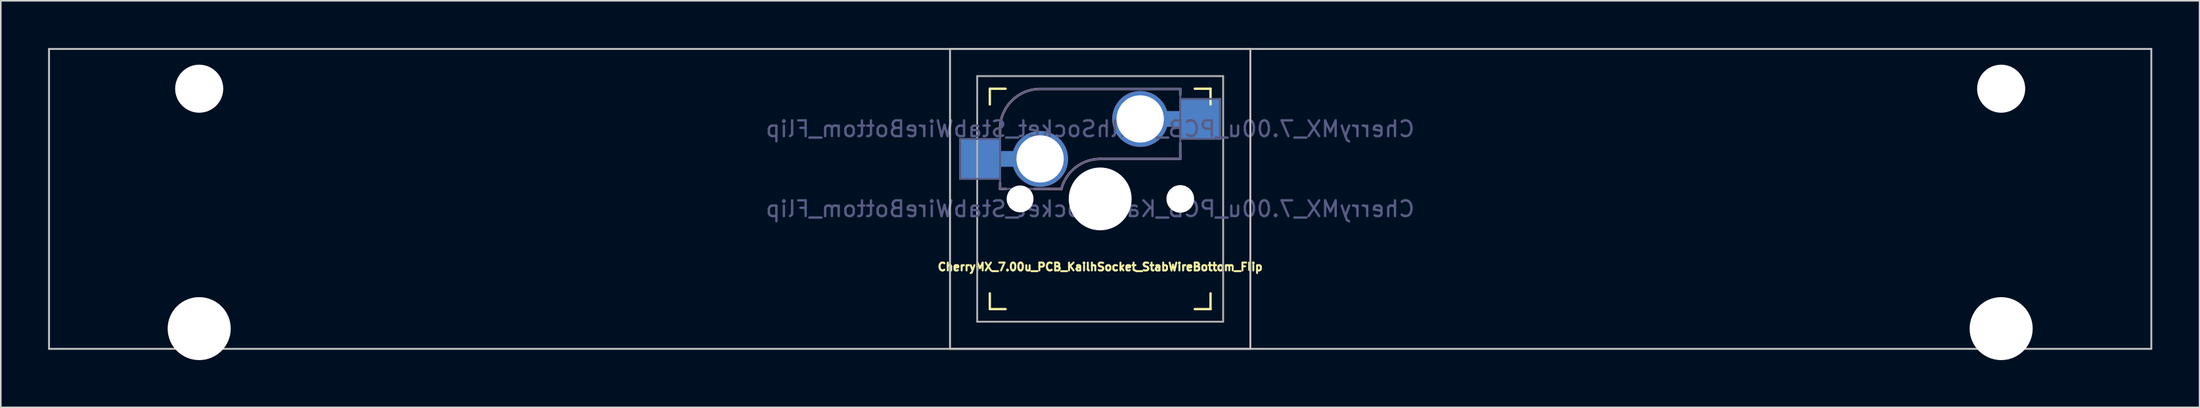
<source format=kicad_pcb>
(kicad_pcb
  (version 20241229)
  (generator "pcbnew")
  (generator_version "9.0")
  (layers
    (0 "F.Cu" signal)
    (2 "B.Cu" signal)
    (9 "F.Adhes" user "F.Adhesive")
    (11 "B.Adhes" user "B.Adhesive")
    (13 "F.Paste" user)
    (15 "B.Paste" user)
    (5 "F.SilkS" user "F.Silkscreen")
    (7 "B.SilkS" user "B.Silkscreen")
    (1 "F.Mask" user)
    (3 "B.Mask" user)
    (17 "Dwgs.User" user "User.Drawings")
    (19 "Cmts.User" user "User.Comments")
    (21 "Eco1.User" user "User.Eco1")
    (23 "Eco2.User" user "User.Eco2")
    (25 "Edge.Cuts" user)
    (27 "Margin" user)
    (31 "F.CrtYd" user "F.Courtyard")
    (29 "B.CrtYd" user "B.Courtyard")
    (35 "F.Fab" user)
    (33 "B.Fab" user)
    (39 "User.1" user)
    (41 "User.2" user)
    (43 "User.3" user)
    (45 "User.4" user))
  (footprint "CherryMX_7.00u_PCB_KailhSocket_StabWireBottom_Flip"
    (layer "F.Cu")
    (at 66.735 9.585)
    (property "Reference" "CherryMX_7.00u_PCB_KailhSocket_StabWireBottom_Flip" (at 0 4.318 0) (layer "F.SilkS") (effects (font (size 0.5 0.5) (thickness 0.125))))
    (property "Value" "CherryMX_7.00u_PCB_KailhSocket_StabWireBottom_Flip" (at 0 8.662 0) (layer "F.Fab") (hide yes) (effects (font (size 1 1) (thickness 0.15))))
    (attr through_hole)
    (fp_line (start -7 -6) (end -7 -7) (stroke (width 0.15) (type solid)) (layer "F.SilkS"))
    (fp_line (start -7 7) (end -7 6) (stroke (width 0.15) (type solid)) (layer "F.SilkS"))
    (fp_line (start -7 7) (end -6 7) (stroke (width 0.15) (type solid)) (layer "F.SilkS"))
    (fp_line (start -6 -7) (end -7 -7) (stroke (width 0.15) (type solid)) (layer "F.SilkS"))
    (fp_line (start 6 7) (end 7 7) (stroke (width 0.15) (type solid)) (layer "F.SilkS"))
    (fp_line (start 7 -7) (end 6 -7) (stroke (width 0.15) (type solid)) (layer "F.SilkS"))
    (fp_line (start 7 -7) (end 7 -6) (stroke (width 0.15) (type solid)) (layer "F.SilkS"))
    (fp_line (start 7 6) (end 7 7) (stroke (width 0.15) (type solid)) (layer "F.SilkS"))
    (fp_line (start -6.35 -4.445) (end -6.35 -4.064) (stroke (width 0.15) (type solid)) (layer "B.SilkS"))
    (fp_line (start -6.35 -1.016) (end -6.35 -0.635) (stroke (width 0.15) (type solid)) (layer "B.SilkS"))
    (fp_line (start -5.969 -0.635) (end -6.35 -0.635) (stroke (width 0.15) (type solid)) (layer "B.SilkS"))
    (fp_line (start -3.81 -6.985) (end 5.08 -6.985) (stroke (width 0.15) (type solid)) (layer "B.SilkS"))
    (fp_line (start -2.464 -0.635) (end -4.191 -0.635) (stroke (width 0.15) (type solid)) (layer "B.SilkS"))
    (fp_line (start 5.08 -6.985) (end 5.08 -6.604) (stroke (width 0.15) (type solid)) (layer "B.SilkS"))
    (fp_line (start 5.08 -3.556) (end 5.08 -2.54) (stroke (width 0.15) (type solid)) (layer "B.SilkS"))
    (fp_line (start 5.08 -2.54) (end 0 -2.54) (stroke (width 0.15) (type solid)) (layer "B.SilkS"))
    (fp_arc (start -6.35 -4.445) (mid -5.606051 -6.241051) (end -3.81 -6.985) (stroke (width 0.15) (type solid)) (layer "B.SilkS"))
    (fp_arc (start -2.464162 -0.61604) (mid -1.563147 -2.002042) (end 0 -2.54) (stroke (width 0.15) (type solid)) (layer "B.SilkS"))
    (fp_line (start -66.675 -9.525) (end 66.675 -9.525) (stroke (width 0.12) (type solid)) (layer "Dwgs.User"))
    (fp_line (start -66.675 9.525) (end -66.675 -9.525) (stroke (width 0.12) (type solid)) (layer "Dwgs.User"))
    (fp_line (start -9.525 -9.525) (end 9.525 -9.525) (stroke (width 0.12) (type solid)) (layer "Dwgs.User"))
    (fp_line (start -9.525 9.525) (end -9.525 -9.525) (stroke (width 0.12) (type solid)) (layer "Dwgs.User"))
    (fp_line (start 9.525 -9.525) (end 9.525 9.525) (stroke (width 0.12) (type solid)) (layer "Dwgs.User"))
    (fp_line (start 9.525 9.525) (end -9.525 9.525) (stroke (width 0.12) (type solid)) (layer "Dwgs.User"))
    (fp_line (start 66.675 -9.525) (end 66.675 9.525) (stroke (width 0.12) (type solid)) (layer "Dwgs.User"))
    (fp_line (start 66.675 9.525) (end -66.675 9.525) (stroke (width 0.12) (type solid)) (layer "Dwgs.User"))
    (fp_line (start -6.9 6.9) (end -6.9 -6.9) (stroke (width 0.15) (type solid)) (layer "Eco2.User"))
    (fp_line (start -6.9 6.9) (end 6.9 6.9) (stroke (width 0.15) (type solid)) (layer "Eco2.User"))
    (fp_line (start 6.9 -6.9) (end -6.9 -6.9) (stroke (width 0.15) (type solid)) (layer "Eco2.User"))
    (fp_line (start 6.9 -6.9) (end 6.9 6.9) (stroke (width 0.15) (type solid)) (layer "Eco2.User"))
    (fp_line (start -8.89 -3.81) (end -6.35 -3.81) (stroke (width 0.12) (type solid)) (layer "B.Fab"))
    (fp_line (start -8.89 -1.27) (end -8.89 -3.81) (stroke (width 0.12) (type solid)) (layer "B.Fab"))
    (fp_line (start -6.35 -1.27) (end -8.89 -1.27) (stroke (width 0.12) (type solid)) (layer "B.Fab"))
    (fp_line (start -6.35 -0.635) (end -6.35 -4.445) (stroke (width 0.12) (type solid)) (layer "B.Fab"))
    (fp_line (start -6.35 -0.635) (end -2.54 -0.635) (stroke (width 0.12) (type solid)) (layer "B.Fab"))
    (fp_line (start -3.81 -6.985) (end 5.08 -6.985) (stroke (width 0.12) (type solid)) (layer "B.Fab"))
    (fp_line (start 5.08 -6.985) (end 5.08 -2.54) (stroke (width 0.12) (type solid)) (layer "B.Fab"))
    (fp_line (start 5.08 -6.35) (end 7.62 -6.35) (stroke (width 0.12) (type solid)) (layer "B.Fab"))
    (fp_line (start 5.08 -2.54) (end 0 -2.54) (stroke (width 0.12) (type solid)) (layer "B.Fab"))
    (fp_line (start 7.62 -6.35) (end 7.62 -3.81) (stroke (width 0.12) (type solid)) (layer "B.Fab"))
    (fp_line (start 7.62 -3.81) (end 5.08 -3.81) (stroke (width 0.12) (type solid)) (layer "B.Fab"))
    (fp_arc (start -6.35 -4.445) (mid -5.606051 -6.241051) (end -3.81 -6.985) (stroke (width 0.12) (type solid)) (layer "B.Fab"))
    (fp_arc (start -2.464162 -0.61604) (mid -1.563147 -2.002042) (end 0 -2.54) (stroke (width 0.12) (type solid)) (layer "B.Fab"))
    (fp_line (start -7.8 -7.8) (end -7.8 7.8) (stroke (width 0.12) (type solid)) (layer "F.Fab"))
    (fp_line (start -7.8 -7.8) (end 7.8 -7.8) (stroke (width 0.12) (type solid)) (layer "F.Fab"))
    (fp_line (start -7.8 7.8) (end 7.8 7.8) (stroke (width 0.12) (type solid)) (layer "F.Fab"))
    (fp_line (start 7.8 -7.8) (end 7.8 7.8) (stroke (width 0.12) (type solid)) (layer "F.Fab"))
    (fp_text user "${VALUE}" (at -0.635 0.635 0) (layer "B.Fab") (effects (font (size 1 1) (thickness 0.15)) (justify mirror)))
    (fp_text user "${REFERENCE}" (at -0.635 -4.445 0) (layer "B.Fab") (effects (font (size 1 1) (thickness 0.15)) (justify mirror)))
    (pad "" np_thru_hole circle (at -57.15 -7) (size 3.05 3.05) (drill 3.05) (layers "*.Cu" "*.Mask"))
    (pad "" np_thru_hole circle (at -57.15 8.24) (size 4 4) (drill 4) (layers "*.Cu" "*.Mask"))
    (pad "" np_thru_hole circle (at -5.08 0) (size 1.702 1.702) (drill 1.702) (layers "*.Cu" "*.Mask"))
    (pad "" np_thru_hole circle (at 0 0) (size 3.988 3.988) (drill 3.988) (layers "*.Cu" "*.Mask"))
    (pad "" np_thru_hole circle (at 5.08 0) (size 1.702 1.702) (drill 1.702) (layers "*.Cu" "*.Mask"))
    (pad "" np_thru_hole circle (at 5.08 0) (size 1.75 1.75) (drill 1.75) (layers "*.Cu" "*.Mask"))
    (pad "" np_thru_hole circle (at 57.15 -7) (size 3.05 3.05) (drill 3.05) (layers "*.Cu" "*.Mask"))
    (pad "" np_thru_hole circle (at 57.15 8.24) (size 4 4) (drill 4) (layers "*.Cu" "*.Mask"))
    (pad "1" thru_hole circle (at 2.54 -5.08) (size 3.55 3.55) (drill 3) (layers "*.Cu"))
    (pad "1" connect rect (at 5.015 -5.08 270) (size 1 2.5) (layers "B.Cu"))
    (pad "1" smd rect (at 6.29 -5.08) (size 2.55 2.5) (layers "B.Cu" "B.Mask" "B.Paste"))
    (pad "2" smd rect (at -7.56 -2.54) (size 2.55 2.5) (layers "B.Cu" "B.Mask" "B.Paste"))
    (pad "2" connect rect (at -5.715 -2.54 90) (size 1 2.5) (layers "B.Cu"))
    (pad "2" thru_hole circle (at -3.81 -2.54) (size 3.55 3.55) (drill 3) (layers "*.Cu")))
  (gr_rect
    (start -3 -3)
    (end 136.47 22.825)
    (stroke (width 0.1) (type default))
    (fill no)
    (layer "Edge.Cuts")))
</source>
